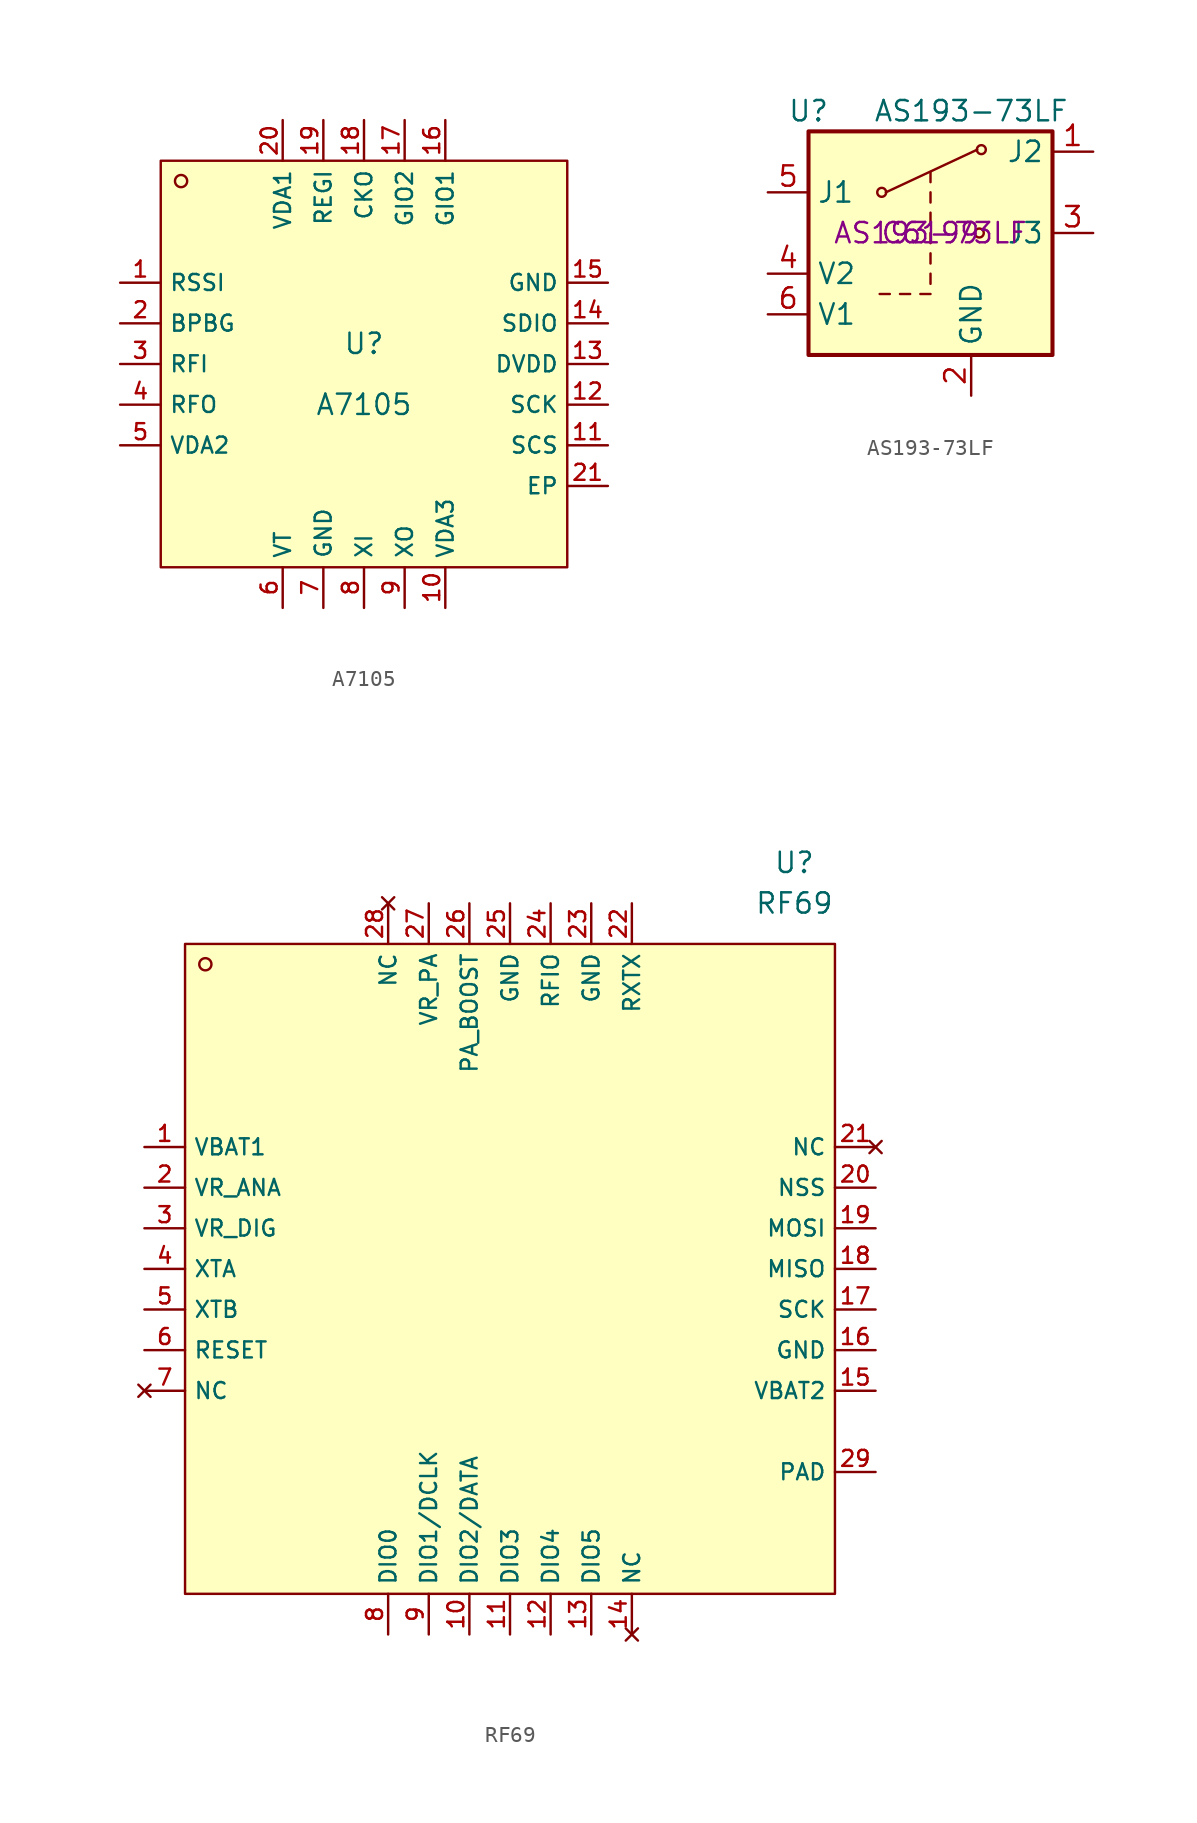
<source format=kicad_sym>
(kicad_symbol_lib
  (version 20220914)
  (generator kicad_symbol_editor)
  (symbol "A7105"
    (property "Reference" "U"
      (at 0 1.27 0)
      (effects (font (size 1.27 1.27))))
    (property "Value" "A7105"
      (at 0 -2.54 0)
      (effects (font (size 1.27 1.27))))
    (symbol "A7105_0_1"
      (rectangle (start -12.7 12.7) (end 12.7 -12.7) (stroke (width 0) (type default)) (fill (type background)))
      (circle (center -11.43 11.43) (radius 0.381) (stroke (width 0) (type default)) (fill (type background)))
      (pin output line (at -15.24 5.08 0) (length 2.54) (name "RSSI" (effects (font (size 1 1)))) (number "1" (effects (font (size 1 1)))))
      (pin power_in line (at 5.08 -15.24 90) (length 2.54) (name "VDA3" (effects (font (size 1 1)))) (number "10" (effects (font (size 1 1)))))
      (pin input line (at 15.24 -5.08 180) (length 2.54) (name "SCS" (effects (font (size 1 1)))) (number "11" (effects (font (size 1 1)))))
      (pin input line (at 15.24 -2.54 180) (length 2.54) (name "SCK" (effects (font (size 1 1)))) (number "12" (effects (font (size 1 1)))))
      (pin power_in line (at 15.24 0 180) (length 2.54) (name "DVDD" (effects (font (size 1 1)))) (number "13" (effects (font (size 1 1)))))
      (pin bidirectional line (at 15.24 2.54 180) (length 2.54) (name "SDIO" (effects (font (size 1 1)))) (number "14" (effects (font (size 1 1)))))
      (pin power_in line (at 15.24 5.08 180) (length 2.54) (name "GND" (effects (font (size 1 1)))) (number "15" (effects (font (size 1 1)))))
      (pin bidirectional line (at 5.08 15.24 270) (length 2.54) (name "GIO1" (effects (font (size 1 1)))) (number "16" (effects (font (size 1 1)))))
      (pin bidirectional line (at 2.54 15.24 270) (length 2.54) (name "GIO2" (effects (font (size 1 1)))) (number "17" (effects (font (size 1 1)))))
      (pin output line (at 0 15.24 270) (length 2.54) (name "CKO" (effects (font (size 1 1)))) (number "18" (effects (font (size 1 1)))))
      (pin power_in line (at -2.54 15.24 270) (length 2.54) (name "REGI" (effects (font (size 1 1)))) (number "19" (effects (font (size 1 1)))))
      (pin power_out line (at -15.24 2.54 0) (length 2.54) (name "BPBG" (effects (font (size 1 1)))) (number "2" (effects (font (size 1 1)))))
      (pin bidirectional line (at -5.08 15.24 270) (length 2.54) (name "VDA1" (effects (font (size 1 1)))) (number "20" (effects (font (size 1 1)))))
      (pin power_in line (at 15.24 -7.62 180) (length 2.54) (name "EP" (effects (font (size 1 1)))) (number "21" (effects (font (size 1 1)))))
      (pin power_in line (at -15.24 0 0) (length 2.54) (name "RFI" (effects (font (size 1 1)))) (number "3" (effects (font (size 1 1)))))
      (pin power_out line (at -15.24 -2.54 0) (length 2.54) (name "RFO" (effects (font (size 1 1)))) (number "4" (effects (font (size 1 1)))))
      (pin bidirectional line (at -15.24 -5.08 0) (length 2.54) (name "VDA2" (effects (font (size 1 1)))) (number "5" (effects (font (size 1 1)))))
      (pin input line (at -5.08 -15.24 90) (length 2.54) (name "VT" (effects (font (size 1 1)))) (number "6" (effects (font (size 1 1)))))
      (pin power_in line (at -2.54 -15.24 90) (length 2.54) (name "GND" (effects (font (size 1 1)))) (number "7" (effects (font (size 1 1)))))
      (pin input line (at 0 -15.24 90) (length 2.54) (name "XI" (effects (font (size 1 1)))) (number "8" (effects (font (size 1 1)))))
      (pin output line (at 2.54 -15.24 90) (length 2.54) (name "XO" (effects (font (size 1 1)))) (number "9" (effects (font (size 1 1)))))))
  (symbol "AS193-73LF"
    (property "Reference" "U"
      (at -7.62 7.62 0)
      (effects (font (size 1.27 1.27))))
    (property "Value" "AS193-73LF"
      (at 2.54 7.62 0)
      (effects (font (size 1.27 1.27))))
    (property "LCSC" "C6199"
      (at 0 0 0)
      (effects (font (size 1.27 1.27))))
    (property "MPN" "AS193-73LF"
      (at 0 0 0)
      (effects (font (size 1.27 1.27))))
    (symbol "AS193-73LF_1_1"
      (circle (center -3.048 2.54) (radius 0.279) (stroke (width 0) (type default)) (fill (type none)))
      (polyline (pts (xy -3.175 -3.81) (xy -2.54 -3.81)) (stroke (width 0) (type default)) (fill (type none)))
      (polyline (pts (xy -2.794 2.54) (xy 2.921 5.207)) (stroke (width 0) (type default)) (fill (type none)))
      (polyline (pts (xy -1.905 -3.81) (xy -1.27 -3.81)) (stroke (width 0) (type default)) (fill (type none)))
      (polyline (pts (xy -0.635 -3.81) (xy 0 -3.81)) (stroke (width 0) (type default)) (fill (type none)))
      (polyline (pts (xy 0 -3.175) (xy 0 -2.54)) (stroke (width 0) (type default)) (fill (type none)))
      (polyline (pts (xy 0 -1.905) (xy 0 -1.27)) (stroke (width 0) (type default)) (fill (type none)))
      (polyline (pts (xy 0 -0.635) (xy 0 0)) (stroke (width 0) (type default)) (fill (type none)))
      (polyline (pts (xy 0 0.635) (xy 0 1.27)) (stroke (width 0) (type default)) (fill (type none)))
      (polyline (pts (xy 0 1.905) (xy 0 2.54)) (stroke (width 0) (type default)) (fill (type none)))
      (polyline (pts (xy 0 3.175) (xy 0 3.81)) (stroke (width 0) (type default)) (fill (type none)))
      (circle (center 3.048 0) (radius 0.279) (stroke (width 0) (type default)) (fill (type none)))
      (circle (center 3.175 5.207) (radius 0.279) (stroke (width 0) (type default)) (fill (type none)))
      (rectangle (start 7.62 -7.62) (end -7.62 6.35) (stroke (width 0.254) (type default)) (fill (type background)))
      (pin passive line (at 10.16 5.08 180) (length 2.54) (name "J2" (effects (font (size 1.27 1.27)))) (number "1" (effects (font (size 1.27 1.27)))))
      (pin power_in line (at 2.54 -10.16 90) (length 2.54) (name "GND" (effects (font (size 1.27 1.27)))) (number "2" (effects (font (size 1.27 1.27)))))
      (pin passive line (at 10.16 0 180) (length 2.54) (name "J3" (effects (font (size 1.27 1.27)))) (number "3" (effects (font (size 1.27 1.27)))))
      (pin input line (at -10.16 -2.54 0) (length 2.54) (name "V2" (effects (font (size 1.27 1.27)))) (number "4" (effects (font (size 1.27 1.27)))))
      (pin passive line (at -10.16 2.54 0) (length 2.54) (name "J1" (effects (font (size 1.27 1.27)))) (number "5" (effects (font (size 1.27 1.27)))))
      (pin input line (at -10.16 -5.08 0) (length 2.54) (name "V1" (effects (font (size 1.27 1.27)))) (number "6" (effects (font (size 1.27 1.27)))))))
  (symbol "RF69"
    (property "Reference" "U"
      (at 17.78 25.4 0)
      (effects (font (size 1.27 1.27))))
    (property "Value" "RF69"
      (at 17.78 22.86 0)
      (effects (font (size 1.27 1.27))))
    (symbol "RF69_0_1"
      (rectangle (start -20.32 20.32) (end 20.32 -20.32) (stroke (width 0) (type default)) (fill (type background)))
      (circle (center -19.05 19.05) (radius 0.381) (stroke (width 0) (type default)) (fill (type background)))
      (pin power_in line (at -22.86 7.62 0) (length 2.54) (name "VBAT1" (effects (font (size 1 1)))) (number "1" (effects (font (size 1 1)))))
      (pin bidirectional line (at -2.54 -22.86 90) (length 2.54) (name "DIO2/DATA" (effects (font (size 1 1)))) (number "10" (effects (font (size 1 1)))))
      (pin bidirectional line (at 0 -22.86 90) (length 2.54) (name "DIO3" (effects (font (size 1 1)))) (number "11" (effects (font (size 1 1)))))
      (pin bidirectional line (at 2.54 -22.86 90) (length 2.54) (name "DIO4" (effects (font (size 1 1)))) (number "12" (effects (font (size 1 1)))))
      (pin bidirectional line (at 5.08 -22.86 90) (length 2.54) (name "DIO5" (effects (font (size 1 1)))) (number "13" (effects (font (size 1 1)))))
      (pin no_connect line (at 7.62 -22.86 90) (length 2.54) (name "NC" (effects (font (size 1 1)))) (number "14" (effects (font (size 1 1)))))
      (pin power_in line (at 22.86 -7.62 180) (length 2.54) (name "VBAT2" (effects (font (size 1 1)))) (number "15" (effects (font (size 1 1)))))
      (pin power_in line (at 22.86 -5.08 180) (length 2.54) (name "GND" (effects (font (size 1 1)))) (number "16" (effects (font (size 1 1)))))
      (pin input line (at 22.86 -2.54 180) (length 2.54) (name "SCK" (effects (font (size 1 1)))) (number "17" (effects (font (size 1 1)))))
      (pin output line (at 22.86 0 180) (length 2.54) (name "MISO" (effects (font (size 1 1)))) (number "18" (effects (font (size 1 1)))))
      (pin input line (at 22.86 2.54 180) (length 2.54) (name "MOSI" (effects (font (size 1 1)))) (number "19" (effects (font (size 1 1)))))
      (pin power_out line (at -22.86 5.08 0) (length 2.54) (name "VR_ANA" (effects (font (size 1 1)))) (number "2" (effects (font (size 1 1)))))
      (pin input line (at 22.86 5.08 180) (length 2.54) (name "NSS" (effects (font (size 1 1)))) (number "20" (effects (font (size 1 1)))))
      (pin no_connect line (at 22.86 7.62 180) (length 2.54) (name "NC" (effects (font (size 1 1)))) (number "21" (effects (font (size 1 1)))))
      (pin output line (at 7.62 22.86 270) (length 2.54) (name "RXTX" (effects (font (size 1 1)))) (number "22" (effects (font (size 1 1)))))
      (pin power_in line (at 5.08 22.86 270) (length 2.54) (name "GND" (effects (font (size 1 1)))) (number "23" (effects (font (size 1 1)))))
      (pin bidirectional line (at 2.54 22.86 270) (length 2.54) (name "RFIO" (effects (font (size 1 1)))) (number "24" (effects (font (size 1 1)))))
      (pin power_in line (at 0 22.86 270) (length 2.54) (name "GND" (effects (font (size 1 1)))) (number "25" (effects (font (size 1 1)))))
      (pin output line (at -2.54 22.86 270) (length 2.54) (name "PA_BOOST" (effects (font (size 1 1)))) (number "26" (effects (font (size 1 1)))))
      (pin power_out line (at -5.08 22.86 270) (length 2.54) (name "VR_PA" (effects (font (size 1 1)))) (number "27" (effects (font (size 1 1)))))
      (pin no_connect line (at -7.62 22.86 270) (length 2.54) (name "NC" (effects (font (size 1 1)))) (number "28" (effects (font (size 1 1)))))
      (pin power_in line (at 22.86 -12.7 180) (length 2.54) (name "PAD" (effects (font (size 1 1)))) (number "29" (effects (font (size 1 1)))))
      (pin power_out line (at -22.86 2.54 0) (length 2.54) (name "VR_DIG" (effects (font (size 1 1)))) (number "3" (effects (font (size 1 1)))))
      (pin bidirectional line (at -22.86 0 0) (length 2.54) (name "XTA" (effects (font (size 1 1)))) (number "4" (effects (font (size 1 1)))))
      (pin bidirectional line (at -22.86 -2.54 0) (length 2.54) (name "XTB" (effects (font (size 1 1)))) (number "5" (effects (font (size 1 1)))))
      (pin bidirectional line (at -22.86 -5.08 0) (length 2.54) (name "RESET" (effects (font (size 1 1)))) (number "6" (effects (font (size 1 1)))))
      (pin no_connect line (at -22.86 -7.62 0) (length 2.54) (name "NC" (effects (font (size 1 1)))) (number "7" (effects (font (size 1 1)))))
      (pin bidirectional line (at -7.62 -22.86 90) (length 2.54) (name "DIO0" (effects (font (size 1 1)))) (number "8" (effects (font (size 1 1)))))
      (pin bidirectional line (at -5.08 -22.86 90) (length 2.54) (name "DIO1/DCLK" (effects (font (size 1 1)))) (number "9" (effects (font (size 1 1))))))))
</source>
